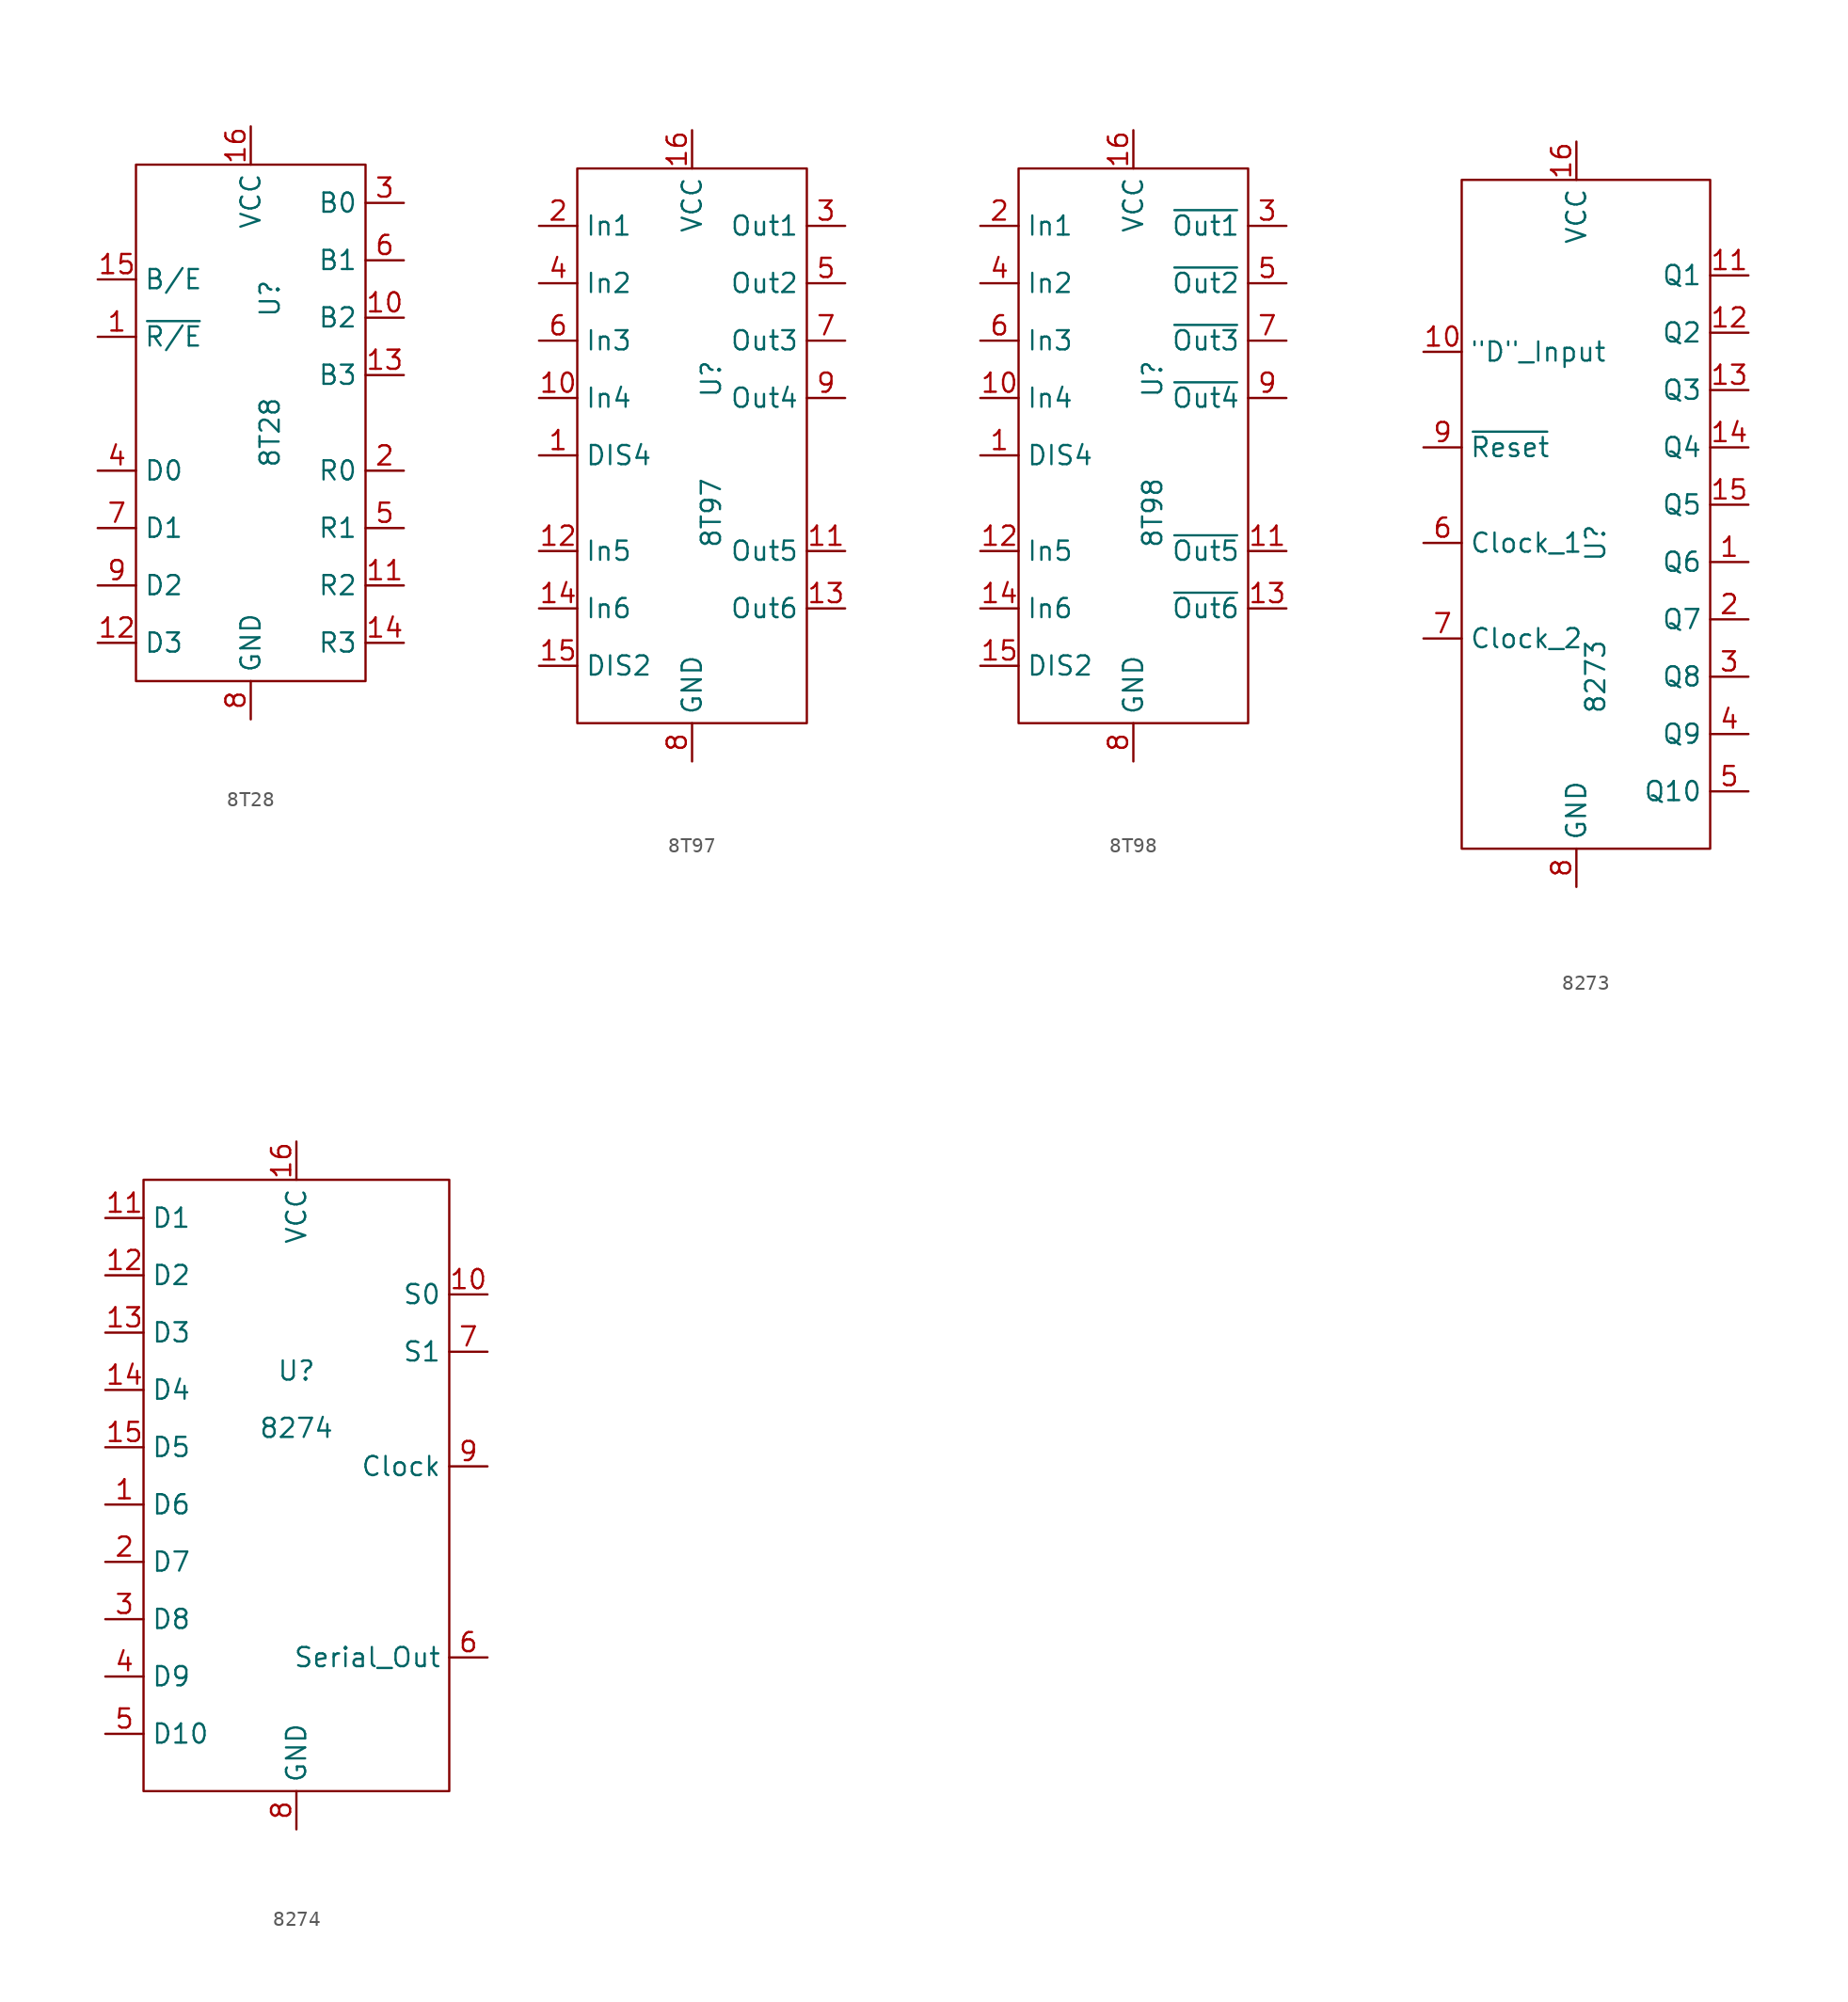
<source format=kicad_sym>
(kicad_symbol_lib
  (version 20220914)
  (generator kicad_symbol_editor)
  (symbol "8T28"
    (property "Reference" "U"
      (at 1.27 7.62 90)
      (effects (font (size 1.27 1.27))))
    (property "Value" "8T28"
      (at 1.27 -1.27 90)
      (effects (font (size 1.27 1.27))))
    (symbol "8T28_0_1"
      (rectangle (start -7.62 16.51) (end 7.62 -17.78) (stroke (width 0.152) (type default)) (fill (type none))))
    (symbol "8T28_1_1"
      (pin input line (at -10.16 5.08 0) (length 2.54) (name "~{R/E}" (effects (font (size 1.27 1.27)))) (number "1" (effects (font (size 1.27 1.27)))))
      (pin input line (at 10.16 6.35 180) (length 2.54) (name "B2" (effects (font (size 1.27 1.27)))) (number "10" (effects (font (size 1.27 1.27)))))
      (pin output line (at 10.16 -11.43 180) (length 2.54) (name "R2" (effects (font (size 1.27 1.27)))) (number "11" (effects (font (size 1.27 1.27)))))
      (pin input line (at -10.16 -15.24 0) (length 2.54) (name "D3" (effects (font (size 1.27 1.27)))) (number "12" (effects (font (size 1.27 1.27)))))
      (pin input line (at 10.16 2.54 180) (length 2.54) (name "B3" (effects (font (size 1.27 1.27)))) (number "13" (effects (font (size 1.27 1.27)))))
      (pin output line (at 10.16 -15.24 180) (length 2.54) (name "R3" (effects (font (size 1.27 1.27)))) (number "14" (effects (font (size 1.27 1.27)))))
      (pin input line (at -10.16 8.89 0) (length 2.54) (name "B/E" (effects (font (size 1.27 1.27)))) (number "15" (effects (font (size 1.27 1.27)))))
      (pin power_in line (at 0 19.05 270) (length 2.54) (name "VCC" (effects (font (size 1.27 1.27)))) (number "16" (effects (font (size 1.27 1.27)))))
      (pin output line (at 10.16 -3.81 180) (length 2.54) (name "R0" (effects (font (size 1.27 1.27)))) (number "2" (effects (font (size 1.27 1.27)))))
      (pin input line (at 10.16 13.97 180) (length 2.54) (name "B0" (effects (font (size 1.27 1.27)))) (number "3" (effects (font (size 1.27 1.27)))))
      (pin input line (at -10.16 -3.81 0) (length 2.54) (name "D0" (effects (font (size 1.27 1.27)))) (number "4" (effects (font (size 1.27 1.27)))))
      (pin output line (at 10.16 -7.62 180) (length 2.54) (name "R1" (effects (font (size 1.27 1.27)))) (number "5" (effects (font (size 1.27 1.27)))))
      (pin input line (at 10.16 10.16 180) (length 2.54) (name "B1" (effects (font (size 1.27 1.27)))) (number "6" (effects (font (size 1.27 1.27)))))
      (pin input line (at -10.16 -7.62 0) (length 2.54) (name "D1" (effects (font (size 1.27 1.27)))) (number "7" (effects (font (size 1.27 1.27)))))
      (pin power_in line (at 0 -20.32 90) (length 2.54) (name "GND" (effects (font (size 1.27 1.27)))) (number "8" (effects (font (size 1.27 1.27)))))
      (pin input line (at -10.16 -11.43 0) (length 2.54) (name "D2" (effects (font (size 1.27 1.27)))) (number "9" (effects (font (size 1.27 1.27)))))))
  (symbol "8T97"
    (property "Reference" "U"
      (at 1.27 11.43 90)
      (effects (font (size 1.27 1.27))))
    (property "Value" "8T97"
      (at 1.27 2.54 90)
      (effects (font (size 1.27 1.27))))
    (symbol "8T97_0_1"
      (rectangle (start -7.62 25.4) (end 7.62 -11.43) (stroke (width 0.152) (type default)) (fill (type none))))
    (symbol "8T97_1_1"
      (pin input line (at -10.16 6.35 0) (length 2.54) (name "DIS4" (effects (font (size 1.27 1.27)))) (number "1" (effects (font (size 1.27 1.27)))))
      (pin input line (at -10.16 10.16 0) (length 2.54) (name "In4" (effects (font (size 1.27 1.27)))) (number "10" (effects (font (size 1.27 1.27)))))
      (pin output line (at 10.16 0 180) (length 2.54) (name "Out5" (effects (font (size 1.27 1.27)))) (number "11" (effects (font (size 1.27 1.27)))))
      (pin input line (at -10.16 0 0) (length 2.54) (name "In5" (effects (font (size 1.27 1.27)))) (number "12" (effects (font (size 1.27 1.27)))))
      (pin output line (at 10.16 -3.81 180) (length 2.54) (name "Out6" (effects (font (size 1.27 1.27)))) (number "13" (effects (font (size 1.27 1.27)))))
      (pin input line (at -10.16 -3.81 0) (length 2.54) (name "In6" (effects (font (size 1.27 1.27)))) (number "14" (effects (font (size 1.27 1.27)))))
      (pin input line (at -10.16 -7.62 0) (length 2.54) (name "DIS2" (effects (font (size 1.27 1.27)))) (number "15" (effects (font (size 1.27 1.27)))))
      (pin power_in line (at 0 27.94 270) (length 2.54) (name "VCC" (effects (font (size 1.27 1.27)))) (number "16" (effects (font (size 1.27 1.27)))))
      (pin input line (at -10.16 21.59 0) (length 2.54) (name "In1" (effects (font (size 1.27 1.27)))) (number "2" (effects (font (size 1.27 1.27)))))
      (pin output line (at 10.16 21.59 180) (length 2.54) (name "Out1" (effects (font (size 1.27 1.27)))) (number "3" (effects (font (size 1.27 1.27)))))
      (pin input line (at -10.16 17.78 0) (length 2.54) (name "In2" (effects (font (size 1.27 1.27)))) (number "4" (effects (font (size 1.27 1.27)))))
      (pin output line (at 10.16 17.78 180) (length 2.54) (name "Out2" (effects (font (size 1.27 1.27)))) (number "5" (effects (font (size 1.27 1.27)))))
      (pin input line (at -10.16 13.97 0) (length 2.54) (name "In3" (effects (font (size 1.27 1.27)))) (number "6" (effects (font (size 1.27 1.27)))))
      (pin output line (at 10.16 13.97 180) (length 2.54) (name "Out3" (effects (font (size 1.27 1.27)))) (number "7" (effects (font (size 1.27 1.27)))))
      (pin power_in line (at 0 -13.97 90) (length 2.54) (name "GND" (effects (font (size 1.27 1.27)))) (number "8" (effects (font (size 1.27 1.27)))))
      (pin output line (at 10.16 10.16 180) (length 2.54) (name "Out4" (effects (font (size 1.27 1.27)))) (number "9" (effects (font (size 1.27 1.27)))))))
  (symbol "8T98"
    (property "Reference" "U"
      (at 1.27 11.43 90)
      (effects (font (size 1.27 1.27))))
    (property "Value" "8T98"
      (at 1.27 2.54 90)
      (effects (font (size 1.27 1.27))))
    (symbol "8T98_0_1"
      (rectangle (start -7.62 25.4) (end 7.62 -11.43) (stroke (width 0.152) (type default)) (fill (type none))))
    (symbol "8T98_1_1"
      (pin input line (at -10.16 6.35 0) (length 2.54) (name "DIS4" (effects (font (size 1.27 1.27)))) (number "1" (effects (font (size 1.27 1.27)))))
      (pin input line (at -10.16 10.16 0) (length 2.54) (name "In4" (effects (font (size 1.27 1.27)))) (number "10" (effects (font (size 1.27 1.27)))))
      (pin output line (at 10.16 0 180) (length 2.54) (name "~{Out5}" (effects (font (size 1.27 1.27)))) (number "11" (effects (font (size 1.27 1.27)))))
      (pin input line (at -10.16 0 0) (length 2.54) (name "In5" (effects (font (size 1.27 1.27)))) (number "12" (effects (font (size 1.27 1.27)))))
      (pin output line (at 10.16 -3.81 180) (length 2.54) (name "~{Out6}" (effects (font (size 1.27 1.27)))) (number "13" (effects (font (size 1.27 1.27)))))
      (pin input line (at -10.16 -3.81 0) (length 2.54) (name "In6" (effects (font (size 1.27 1.27)))) (number "14" (effects (font (size 1.27 1.27)))))
      (pin input line (at -10.16 -7.62 0) (length 2.54) (name "DIS2" (effects (font (size 1.27 1.27)))) (number "15" (effects (font (size 1.27 1.27)))))
      (pin power_in line (at 0 27.94 270) (length 2.54) (name "VCC" (effects (font (size 1.27 1.27)))) (number "16" (effects (font (size 1.27 1.27)))))
      (pin input line (at -10.16 21.59 0) (length 2.54) (name "In1" (effects (font (size 1.27 1.27)))) (number "2" (effects (font (size 1.27 1.27)))))
      (pin output line (at 10.16 21.59 180) (length 2.54) (name "~{Out1}" (effects (font (size 1.27 1.27)))) (number "3" (effects (font (size 1.27 1.27)))))
      (pin input line (at -10.16 17.78 0) (length 2.54) (name "In2" (effects (font (size 1.27 1.27)))) (number "4" (effects (font (size 1.27 1.27)))))
      (pin output line (at 10.16 17.78 180) (length 2.54) (name "~{Out2}" (effects (font (size 1.27 1.27)))) (number "5" (effects (font (size 1.27 1.27)))))
      (pin input line (at -10.16 13.97 0) (length 2.54) (name "In3" (effects (font (size 1.27 1.27)))) (number "6" (effects (font (size 1.27 1.27)))))
      (pin output line (at 10.16 13.97 180) (length 2.54) (name "~{Out3}" (effects (font (size 1.27 1.27)))) (number "7" (effects (font (size 1.27 1.27)))))
      (pin power_in line (at 0 -13.97 90) (length 2.54) (name "GND" (effects (font (size 1.27 1.27)))) (number "8" (effects (font (size 1.27 1.27)))))
      (pin output line (at 10.16 10.16 180) (length 2.54) (name "~{Out4}" (effects (font (size 1.27 1.27)))) (number "9" (effects (font (size 1.27 1.27)))))))
  (symbol "8273"
    (property "Reference" "U"
      (at 1.27 1.27 90)
      (effects (font (size 1.27 1.27))))
    (property "Value" "8273"
      (at 1.27 -7.62 90)
      (effects (font (size 1.27 1.27))))
    (symbol "8273_0_1"
      (rectangle (start -7.62 25.4) (end 8.89 -19.05) (stroke (width 0.152) (type default)) (fill (type none))))
    (symbol "8273_1_1"
      (pin output line (at 11.43 0 180) (length 2.54) (name "Q6" (effects (font (size 1.27 1.27)))) (number "1" (effects (font (size 1.27 1.27)))))
      (pin input line (at -10.16 13.97 0) (length 2.54) (name "\"D\"_Input" (effects (font (size 1.27 1.27)))) (number "10" (effects (font (size 1.27 1.27)))))
      (pin output line (at 11.43 19.05 180) (length 2.54) (name "Q1" (effects (font (size 1.27 1.27)))) (number "11" (effects (font (size 1.27 1.27)))))
      (pin output line (at 11.43 15.24 180) (length 2.54) (name "Q2" (effects (font (size 1.27 1.27)))) (number "12" (effects (font (size 1.27 1.27)))))
      (pin output line (at 11.43 11.43 180) (length 2.54) (name "Q3" (effects (font (size 1.27 1.27)))) (number "13" (effects (font (size 1.27 1.27)))))
      (pin output line (at 11.43 7.62 180) (length 2.54) (name "Q4" (effects (font (size 1.27 1.27)))) (number "14" (effects (font (size 1.27 1.27)))))
      (pin output line (at 11.43 3.81 180) (length 2.54) (name "Q5" (effects (font (size 1.27 1.27)))) (number "15" (effects (font (size 1.27 1.27)))))
      (pin power_in line (at 0 27.94 270) (length 2.54) (name "VCC" (effects (font (size 1.27 1.27)))) (number "16" (effects (font (size 1.27 1.27)))))
      (pin output line (at 11.43 -3.81 180) (length 2.54) (name "Q7" (effects (font (size 1.27 1.27)))) (number "2" (effects (font (size 1.27 1.27)))))
      (pin output line (at 11.43 -7.62 180) (length 2.54) (name "Q8" (effects (font (size 1.27 1.27)))) (number "3" (effects (font (size 1.27 1.27)))))
      (pin output line (at 11.43 -11.43 180) (length 2.54) (name "Q9" (effects (font (size 1.27 1.27)))) (number "4" (effects (font (size 1.27 1.27)))))
      (pin output line (at 11.43 -15.24 180) (length 2.54) (name "Q10" (effects (font (size 1.27 1.27)))) (number "5" (effects (font (size 1.27 1.27)))))
      (pin input line (at -10.16 1.27 0) (length 2.54) (name "Clock_1" (effects (font (size 1.27 1.27)))) (number "6" (effects (font (size 1.27 1.27)))))
      (pin input line (at -10.16 -5.08 0) (length 2.54) (name "Clock_2" (effects (font (size 1.27 1.27)))) (number "7" (effects (font (size 1.27 1.27)))))
      (pin power_in line (at 0 -21.59 90) (length 2.54) (name "GND" (effects (font (size 1.27 1.27)))) (number "8" (effects (font (size 1.27 1.27)))))
      (pin input line (at -10.16 7.62 0) (length 2.54) (name "~{Reset}" (effects (font (size 1.27 1.27)))) (number "9" (effects (font (size 1.27 1.27)))))))
  (symbol "8274"
    (property "Reference" "U"
      (at 0 12.7 0)
      (effects (font (size 1.27 1.27))))
    (property "Value" "8274"
      (at 0 8.89 0)
      (effects (font (size 1.27 1.27))))
    (symbol "8274_0_1"
      (rectangle (start -10.16 25.4) (end 10.16 -15.24) (stroke (width 0.152) (type default)) (fill (type none))))
    (symbol "8274_1_1"
      (pin input line (at -12.7 3.81 0) (length 2.54) (name "D6" (effects (font (size 1.27 1.27)))) (number "1" (effects (font (size 1.27 1.27)))))
      (pin input line (at 12.7 17.78 180) (length 2.54) (name "S0" (effects (font (size 1.27 1.27)))) (number "10" (effects (font (size 1.27 1.27)))))
      (pin input line (at -12.7 22.86 0) (length 2.54) (name "D1" (effects (font (size 1.27 1.27)))) (number "11" (effects (font (size 1.27 1.27)))))
      (pin input line (at -12.7 19.05 0) (length 2.54) (name "D2" (effects (font (size 1.27 1.27)))) (number "12" (effects (font (size 1.27 1.27)))))
      (pin input line (at -12.7 15.24 0) (length 2.54) (name "D3" (effects (font (size 1.27 1.27)))) (number "13" (effects (font (size 1.27 1.27)))))
      (pin input line (at -12.7 11.43 0) (length 2.54) (name "D4" (effects (font (size 1.27 1.27)))) (number "14" (effects (font (size 1.27 1.27)))))
      (pin input line (at -12.7 7.62 0) (length 2.54) (name "D5" (effects (font (size 1.27 1.27)))) (number "15" (effects (font (size 1.27 1.27)))))
      (pin power_in line (at 0 27.94 270) (length 2.54) (name "VCC" (effects (font (size 1.27 1.27)))) (number "16" (effects (font (size 1.27 1.27)))))
      (pin input line (at -12.7 0 0) (length 2.54) (name "D7" (effects (font (size 1.27 1.27)))) (number "2" (effects (font (size 1.27 1.27)))))
      (pin input line (at -12.7 -3.81 0) (length 2.54) (name "D8" (effects (font (size 1.27 1.27)))) (number "3" (effects (font (size 1.27 1.27)))))
      (pin input line (at -12.7 -7.62 0) (length 2.54) (name "D9" (effects (font (size 1.27 1.27)))) (number "4" (effects (font (size 1.27 1.27)))))
      (pin input line (at -12.7 -11.43 0) (length 2.54) (name "D10" (effects (font (size 1.27 1.27)))) (number "5" (effects (font (size 1.27 1.27)))))
      (pin output line (at 12.7 -6.35 180) (length 2.54) (name "Serial_Out" (effects (font (size 1.27 1.27)))) (number "6" (effects (font (size 1.27 1.27)))))
      (pin input line (at 12.7 13.97 180) (length 2.54) (name "S1" (effects (font (size 1.27 1.27)))) (number "7" (effects (font (size 1.27 1.27)))))
      (pin power_in line (at 0 -17.78 90) (length 2.54) (name "GND" (effects (font (size 1.27 1.27)))) (number "8" (effects (font (size 1.27 1.27)))))
      (pin input line (at 12.7 6.35 180) (length 2.54) (name "Clock" (effects (font (size 1.27 1.27)))) (number "9" (effects (font (size 1.27 1.27))))))))
</source>
